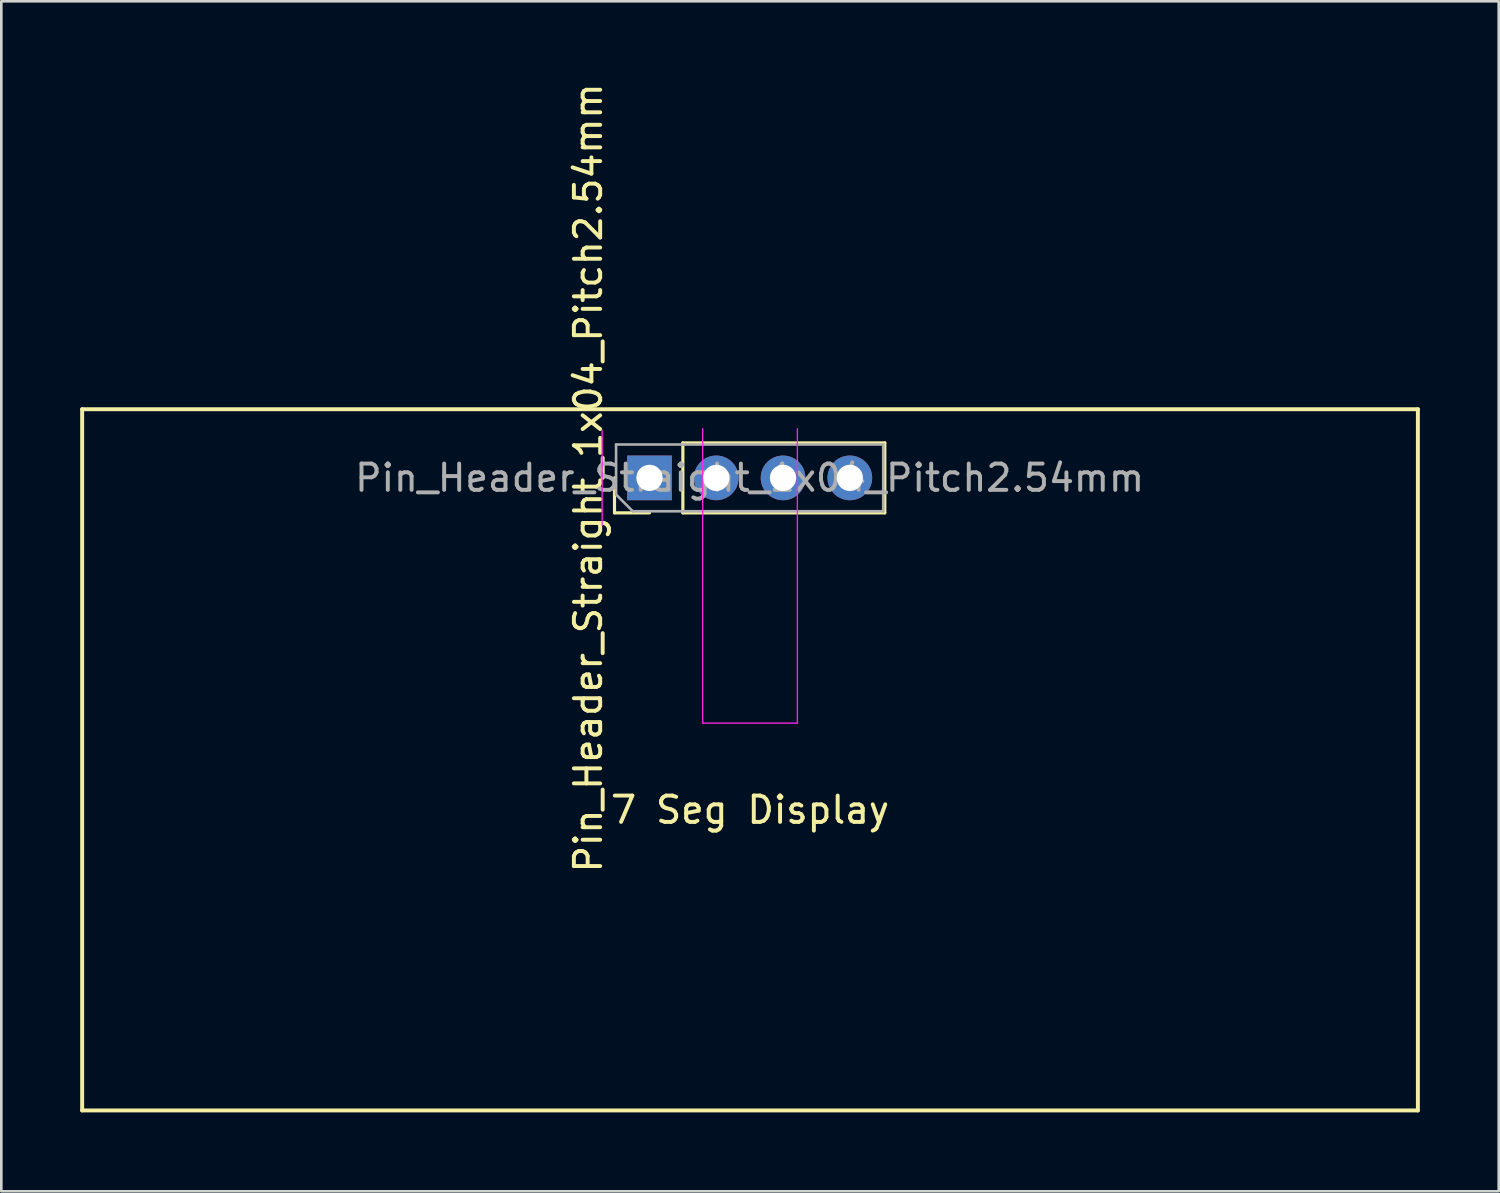
<source format=kicad_pcb>
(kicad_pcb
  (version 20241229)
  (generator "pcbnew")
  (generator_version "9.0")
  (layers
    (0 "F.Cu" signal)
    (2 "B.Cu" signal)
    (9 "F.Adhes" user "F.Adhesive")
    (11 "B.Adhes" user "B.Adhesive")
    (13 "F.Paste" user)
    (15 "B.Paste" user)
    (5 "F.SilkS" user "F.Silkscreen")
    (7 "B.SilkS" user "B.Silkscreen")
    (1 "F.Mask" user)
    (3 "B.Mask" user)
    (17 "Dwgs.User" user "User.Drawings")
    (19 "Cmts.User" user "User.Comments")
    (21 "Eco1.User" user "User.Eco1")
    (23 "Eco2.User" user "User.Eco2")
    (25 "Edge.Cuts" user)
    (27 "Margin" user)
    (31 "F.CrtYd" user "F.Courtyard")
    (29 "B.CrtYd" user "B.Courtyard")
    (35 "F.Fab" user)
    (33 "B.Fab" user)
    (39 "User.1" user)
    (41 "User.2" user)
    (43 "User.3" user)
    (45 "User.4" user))
  (footprint "Pin_Header_Straight_1x04_Pitch2.54mm"
    (layer "F.Cu")
    (at 25.475 15.053)
    (property "Reference" "Pin_Header_Straight_1x04_Pitch2.54mm" (at -6.154 0.072 90) (layer "F.SilkS") (effects (font (size 1 1) (thickness 0.15))))
    (attr through_hole)
    (fp_line (start -25.4 -2.54) (end 25.4 -2.54) (stroke (width 0.15) (type solid)) (layer "F.SilkS"))
    (fp_line (start -25.4 24.13) (end -25.4 -2.54) (stroke (width 0.15) (type solid)) (layer "F.SilkS"))
    (fp_line (start -5.154 1.402) (end -5.154 0.072) (stroke (width 0.12) (type solid)) (layer "F.SilkS"))
    (fp_line (start -3.824 1.402) (end -5.154 1.402) (stroke (width 0.12) (type solid)) (layer "F.SilkS"))
    (fp_line (start -2.554 -1.258) (end 5.126 -1.258) (stroke (width 0.12) (type solid)) (layer "F.SilkS"))
    (fp_line (start -2.554 1.402) (end -2.554 -1.258) (stroke (width 0.12) (type solid)) (layer "F.SilkS"))
    (fp_line (start -2.554 1.402) (end 5.126 1.402) (stroke (width 0.12) (type solid)) (layer "F.SilkS"))
    (fp_line (start 5.126 1.402) (end 5.126 -1.258) (stroke (width 0.12) (type solid)) (layer "F.SilkS"))
    (fp_line (start 25.4 -2.54) (end 25.4 24.13) (stroke (width 0.15) (type solid)) (layer "F.SilkS"))
    (fp_line (start 25.4 24.13) (end -25.4 24.13) (stroke (width 0.15) (type solid)) (layer "F.SilkS"))
    (fp_line (start -5.624 -1.728) (end -5.624 1.872) (stroke (width 0.05) (type solid)) (layer "F.CrtYd"))
    (fp_line (start -1.8 -1.8) (end -1.8 9.4) (stroke (width 0.05) (type solid)) (layer "F.CrtYd"))
    (fp_line (start -1.8 9.4) (end 1.8 9.4) (stroke (width 0.05) (type solid)) (layer "F.CrtYd"))
    (fp_line (start 1.8 9.4) (end 1.8 -1.8) (stroke (width 0.05) (type solid)) (layer "F.CrtYd"))
    (fp_line (start -5.094 -1.198) (end 5.066 -1.198) (stroke (width 0.1) (type solid)) (layer "F.Fab"))
    (fp_line (start -5.094 0.707) (end -5.094 -1.198) (stroke (width 0.1) (type solid)) (layer "F.Fab"))
    (fp_line (start -4.459 1.342) (end -5.094 0.707) (stroke (width 0.1) (type solid)) (layer "F.Fab"))
    (fp_line (start 5.066 -1.198) (end 5.066 1.342) (stroke (width 0.1) (type solid)) (layer "F.Fab"))
    (fp_line (start 5.066 1.342) (end -4.459 1.342) (stroke (width 0.1) (type solid)) (layer "F.Fab"))
    (fp_text user "7 Seg Display" (at 0 12.7 0) (layer "F.SilkS") (effects (font (size 1 1) (thickness 0.15))))
    (fp_text user "${REFERENCE}" (at -0.014 0.072 180) (layer "F.Fab") (effects (font (size 1 1) (thickness 0.15))))
    (pad "1" thru_hole rect (at -3.824 0.072 90) (size 1.7 1.7) (drill 1) (layers "*.Cu" "*.Mask"))
    (pad "2" thru_hole oval (at -1.284 0.072 90) (size 1.7 1.7) (drill 1) (layers "*.Cu" "*.Mask"))
    (pad "3" thru_hole oval (at 1.256 0.072 90) (size 1.7 1.7) (drill 1) (layers "*.Cu" "*.Mask"))
    (pad "4" thru_hole oval (at 3.796 0.072 90) (size 1.7 1.7) (drill 1) (layers "*.Cu" "*.Mask")))
  (gr_rect
    (start -3 -3)
    (end 53.95 42.258)
    (stroke (width 0.1) (type default))
    (fill no)
    (layer "Edge.Cuts")))
</source>
